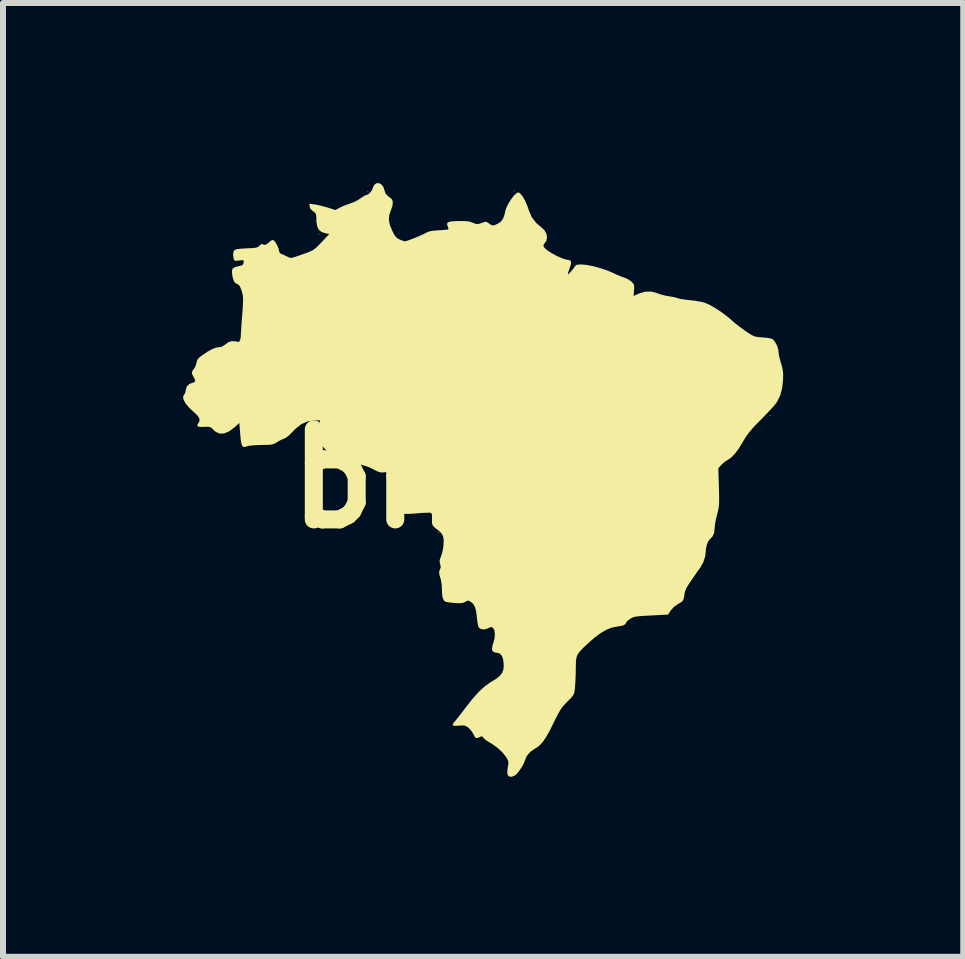
<source format=kicad_pcb>
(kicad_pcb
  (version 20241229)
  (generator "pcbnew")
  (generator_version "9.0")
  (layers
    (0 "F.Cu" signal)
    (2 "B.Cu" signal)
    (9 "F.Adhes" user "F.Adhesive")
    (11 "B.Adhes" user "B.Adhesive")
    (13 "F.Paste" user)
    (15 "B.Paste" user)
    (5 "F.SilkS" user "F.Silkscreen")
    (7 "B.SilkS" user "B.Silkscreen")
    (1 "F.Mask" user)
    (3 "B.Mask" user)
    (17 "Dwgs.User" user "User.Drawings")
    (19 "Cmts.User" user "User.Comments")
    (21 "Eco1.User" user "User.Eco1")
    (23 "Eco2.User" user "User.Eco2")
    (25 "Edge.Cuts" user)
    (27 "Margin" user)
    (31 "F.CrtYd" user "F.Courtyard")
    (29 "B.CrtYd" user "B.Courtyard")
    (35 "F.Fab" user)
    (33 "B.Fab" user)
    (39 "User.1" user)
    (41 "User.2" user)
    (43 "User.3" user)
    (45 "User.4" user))
  (footprint "brazil"
    (layer "F.Cu")
    (at 5 4.926)
    (property "Reference" "brazil" (at 0 0 0) (layer "F.SilkS") (effects (font (size 1.5 1.5) (thickness 0.3))))
    (attr board_only exclude_from_pos_files exclude_from_bom)
    (fp_poly (pts (xy -2.762 -0.956) (xy -2.77 -0.948) (xy -2.779 -0.956) (xy -2.77 -0.964)) (stroke (width 0) (type solid)) (fill yes) (layer "F.SilkS"))
    (fp_poly (pts (xy -2.73 -4.078) (xy -2.738 -4.07) (xy -2.746 -4.078) (xy -2.738 -4.086)) (stroke (width 0) (type solid)) (fill yes) (layer "F.SilkS"))
    (fp_poly (pts (xy -1.912 -4.781) (xy -1.921 -4.773) (xy -1.929 -4.781) (xy -1.921 -4.789)) (stroke (width 0) (type solid)) (fill yes) (layer "F.SilkS"))
    (fp_poly (pts (xy -0.736 0.891) (xy -0.744 0.899) (xy -0.752 0.891) (xy -0.744 0.883)) (stroke (width 0) (type solid)) (fill yes) (layer "F.SilkS"))
    (fp_poly (pts (xy 0.523 -4.797) (xy 0.515 -4.789) (xy 0.507 -4.797) (xy 0.515 -4.805)) (stroke (width 0) (type solid)) (fill yes) (layer "F.SilkS"))
    (fp_poly (pts (xy 4.789 -1.054) (xy 4.781 -1.046) (xy 4.773 -1.054) (xy 4.781 -1.062)) (stroke (width 0) (type solid)) (fill yes) (layer "F.SilkS"))
    (fp_poly (pts (xy -1.701 -4.908) (xy -1.666 -4.869) (xy -1.645 -4.808) (xy -1.645 -4.806) (xy -1.625 -4.749) (xy -1.583 -4.707) (xy -1.581 -4.705) (xy -1.544 -4.677) (xy -1.519 -4.654) (xy -1.516 -4.651) (xy -1.505 -4.608) (xy -1.512 -4.547) (xy -1.537 -4.473) (xy -1.538 -4.471) (xy -1.565 -4.39) (xy -1.571 -4.312) (xy -1.555 -4.23) (xy -1.518 -4.139) (xy -1.487 -4.075) (xy -1.459 -4.034) (xy -1.43 -4.007) (xy -1.396 -3.988) (xy -1.35 -3.968) (xy -1.312 -3.957) (xy -1.303 -3.955) (xy -1.274 -3.962) (xy -1.225 -3.979) (xy -1.161 -4.003) (xy -1.093 -4.031) (xy -1.027 -4.06) (xy -0.971 -4.086) (xy -0.94 -4.103) (xy -0.898 -4.12) (xy -0.836 -4.132) (xy -0.748 -4.139) (xy -0.74 -4.139) (xy -0.673 -4.143) (xy -0.619 -4.148) (xy -0.586 -4.152) (xy -0.58 -4.155) (xy -0.579 -4.174) (xy -0.591 -4.207) (xy -0.601 -4.24) (xy -0.596 -4.264) (xy -0.57 -4.279) (xy -0.52 -4.288) (xy -0.443 -4.292) (xy -0.407 -4.293) (xy -0.321 -4.293) (xy -0.258 -4.289) (xy -0.21 -4.279) (xy -0.172 -4.265) (xy -0.128 -4.247) (xy -0.095 -4.242) (xy -0.058 -4.25) (xy -0.027 -4.261) (xy 0.019 -4.277) (xy 0.048 -4.28) (xy 0.073 -4.27) (xy 0.097 -4.253) (xy 0.134 -4.228) (xy 0.164 -4.219) (xy 0.198 -4.228) (xy 0.247 -4.251) (xy 0.298 -4.286) (xy 0.333 -4.336) (xy 0.358 -4.407) (xy 0.367 -4.454) (xy 0.386 -4.512) (xy 0.42 -4.582) (xy 0.463 -4.652) (xy 0.508 -4.712) (xy 0.543 -4.746) (xy 0.574 -4.767) (xy 0.594 -4.769) (xy 0.618 -4.751) (xy 0.622 -4.747) (xy 0.661 -4.699) (xy 0.701 -4.627) (xy 0.738 -4.54) (xy 0.76 -4.473) (xy 0.809 -4.359) (xy 0.884 -4.261) (xy 0.962 -4.195) (xy 1.02 -4.142) (xy 1.055 -4.08) (xy 1.065 -4.016) (xy 1.048 -3.956) (xy 1.028 -3.929) (xy 1.006 -3.898) (xy 1.007 -3.869) (xy 1.011 -3.861) (xy 1.041 -3.828) (xy 1.093 -3.789) (xy 1.16 -3.748) (xy 1.235 -3.708) (xy 1.308 -3.675) (xy 1.373 -3.653) (xy 1.418 -3.645) (xy 1.452 -3.636) (xy 1.465 -3.608) (xy 1.459 -3.559) (xy 1.44 -3.503) (xy 1.422 -3.453) (xy 1.412 -3.418) (xy 1.411 -3.405) (xy 1.424 -3.412) (xy 1.45 -3.438) (xy 1.481 -3.474) (xy 1.511 -3.512) (xy 1.53 -3.54) (xy 1.547 -3.558) (xy 1.576 -3.567) (xy 1.627 -3.57) (xy 1.644 -3.57) (xy 1.726 -3.561) (xy 1.827 -3.542) (xy 1.936 -3.513) (xy 2.044 -3.478) (xy 2.14 -3.44) (xy 2.173 -3.424) (xy 2.238 -3.394) (xy 2.302 -3.368) (xy 2.349 -3.352) (xy 2.406 -3.328) (xy 2.46 -3.292) (xy 2.469 -3.285) (xy 2.498 -3.255) (xy 2.513 -3.228) (xy 2.517 -3.191) (xy 2.514 -3.14) (xy 2.507 -3.045) (xy 2.59 -3.083) (xy 2.696 -3.116) (xy 2.804 -3.118) (xy 2.907 -3.089) (xy 2.909 -3.088) (xy 2.967 -3.067) (xy 3.038 -3.05) (xy 3.089 -3.041) (xy 3.153 -3.03) (xy 3.212 -3.018) (xy 3.244 -3.007) (xy 3.283 -2.997) (xy 3.343 -2.987) (xy 3.415 -2.978) (xy 3.441 -2.975) (xy 3.521 -2.966) (xy 3.603 -2.953) (xy 3.671 -2.938) (xy 3.683 -2.935) (xy 3.752 -2.907) (xy 3.837 -2.861) (xy 3.931 -2.802) (xy 4.025 -2.735) (xy 4.113 -2.665) (xy 4.151 -2.631) (xy 4.207 -2.583) (xy 4.278 -2.528) (xy 4.352 -2.474) (xy 4.378 -2.455) (xy 4.442 -2.413) (xy 4.488 -2.386) (xy 4.528 -2.37) (xy 4.572 -2.361) (xy 4.629 -2.356) (xy 4.658 -2.354) (xy 4.738 -2.347) (xy 4.797 -2.335) (xy 4.829 -2.322) (xy 4.865 -2.277) (xy 4.897 -2.215) (xy 4.917 -2.151) (xy 4.92 -2.12) (xy 4.925 -2.079) (xy 4.937 -2.018) (xy 4.956 -1.949) (xy 4.962 -1.927) (xy 4.984 -1.851) (xy 4.995 -1.788) (xy 4.999 -1.723) (xy 4.996 -1.643) (xy 4.981 -1.505) (xy 4.95 -1.389) (xy 4.902 -1.29) (xy 4.885 -1.263) (xy 4.857 -1.229) (xy 4.812 -1.177) (xy 4.752 -1.113) (xy 4.684 -1.042) (xy 4.629 -0.985) (xy 4.544 -0.899) (xy 4.478 -0.828) (xy 4.426 -0.765) (xy 4.383 -0.706) (xy 4.343 -0.642) (xy 4.332 -0.622) (xy 4.262 -0.507) (xy 4.198 -0.42) (xy 4.138 -0.357) (xy 4.078 -0.315) (xy 4.069 -0.31) (xy 4.017 -0.276) (xy 3.969 -0.232) (xy 3.963 -0.225) (xy 3.918 -0.172) (xy 3.928 0.141) (xy 3.931 0.251) (xy 3.932 0.336) (xy 3.931 0.4) (xy 3.928 0.452) (xy 3.922 0.497) (xy 3.912 0.542) (xy 3.899 0.593) (xy 3.897 0.599) (xy 3.879 0.674) (xy 3.865 0.748) (xy 3.858 0.808) (xy 3.857 0.822) (xy 3.848 0.906) (xy 3.819 0.966) (xy 3.792 0.992) (xy 3.755 1.034) (xy 3.727 1.097) (xy 3.712 1.17) (xy 3.71 1.199) (xy 3.699 1.296) (xy 3.667 1.394) (xy 3.62 1.477) (xy 3.615 1.485) (xy 3.577 1.536) (xy 3.538 1.592) (xy 3.531 1.603) (xy 3.498 1.651) (xy 3.457 1.711) (xy 3.428 1.753) (xy 3.39 1.816) (xy 3.364 1.877) (xy 3.357 1.905) (xy 3.347 1.972) (xy 3.336 2.015) (xy 3.318 2.043) (xy 3.288 2.065) (xy 3.254 2.083) (xy 3.175 2.139) (xy 3.127 2.194) (xy 3.08 2.264) (xy 2.852 2.276) (xy 2.738 2.282) (xy 2.651 2.287) (xy 2.587 2.292) (xy 2.541 2.298) (xy 2.508 2.306) (xy 2.483 2.315) (xy 2.461 2.328) (xy 2.445 2.338) (xy 2.409 2.365) (xy 2.389 2.384) (xy 2.386 2.387) (xy 2.371 2.422) (xy 2.326 2.447) (xy 2.255 2.46) (xy 2.248 2.461) (xy 2.152 2.478) (xy 2.055 2.515) (xy 1.953 2.575) (xy 1.843 2.658) (xy 1.72 2.768) (xy 1.719 2.769) (xy 1.651 2.834) (xy 1.604 2.885) (xy 1.573 2.93) (xy 1.555 2.977) (xy 1.547 3.034) (xy 1.544 3.109) (xy 1.543 3.171) (xy 1.542 3.263) (xy 1.538 3.356) (xy 1.533 3.438) (xy 1.529 3.49) (xy 1.522 3.543) (xy 1.513 3.582) (xy 1.496 3.614) (xy 1.468 3.649) (xy 1.423 3.694) (xy 1.403 3.714) (xy 1.36 3.758) (xy 1.324 3.799) (xy 1.292 3.844) (xy 1.26 3.898) (xy 1.223 3.968) (xy 1.177 4.06) (xy 1.169 4.077) (xy 1.106 4.204) (xy 1.049 4.303) (xy 0.998 4.38) (xy 0.948 4.436) (xy 0.898 4.477) (xy 0.867 4.494) (xy 0.783 4.552) (xy 0.725 4.623) (xy 0.701 4.681) (xy 0.678 4.741) (xy 0.641 4.808) (xy 0.598 4.872) (xy 0.555 4.923) (xy 0.531 4.943) (xy 0.479 4.966) (xy 0.436 4.963) (xy 0.41 4.938) (xy 0.402 4.897) (xy 0.407 4.829) (xy 0.411 4.808) (xy 0.42 4.752) (xy 0.419 4.714) (xy 0.408 4.681) (xy 0.382 4.637) (xy 0.375 4.627) (xy 0.318 4.556) (xy 0.239 4.484) (xy 0.149 4.419) (xy 0.085 4.382) (xy 0.041 4.353) (xy 0.008 4.322) (xy 0.003 4.315) (xy -0.02 4.291) (xy -0.038 4.295) (xy -0.069 4.311) (xy -0.094 4.319) (xy -0.119 4.32) (xy -0.138 4.303) (xy -0.16 4.262) (xy -0.161 4.259) (xy -0.194 4.205) (xy -0.236 4.157) (xy -0.247 4.147) (xy -0.282 4.124) (xy -0.314 4.112) (xy -0.357 4.111) (xy -0.405 4.114) (xy -0.461 4.118) (xy -0.493 4.116) (xy -0.505 4.107) (xy -0.507 4.099) (xy -0.495 4.068) (xy -0.481 4.052) (xy -0.462 4.032) (xy -0.429 3.991) (xy -0.383 3.933) (xy -0.33 3.864) (xy -0.295 3.816) (xy -0.18 3.671) (xy -0.075 3.553) (xy 0.024 3.462) (xy 0.118 3.394) (xy 0.131 3.387) (xy 0.218 3.333) (xy 0.278 3.284) (xy 0.317 3.234) (xy 0.337 3.179) (xy 0.343 3.112) (xy 0.343 3.106) (xy 0.335 3.019) (xy 0.313 2.953) (xy 0.278 2.913) (xy 0.237 2.901) (xy 0.185 2.893) (xy 0.155 2.87) (xy 0.147 2.829) (xy 0.16 2.765) (xy 0.172 2.73) (xy 0.19 2.658) (xy 0.195 2.588) (xy 0.189 2.53) (xy 0.17 2.494) (xy 0.151 2.476) (xy 0.135 2.47) (xy 0.111 2.478) (xy 0.076 2.495) (xy 0.016 2.512) (xy -0.036 2.506) (xy -0.072 2.478) (xy -0.08 2.464) (xy -0.088 2.43) (xy -0.097 2.375) (xy -0.105 2.309) (xy -0.106 2.296) (xy -0.118 2.204) (xy -0.136 2.138) (xy -0.162 2.091) (xy -0.2 2.056) (xy -0.206 2.052) (xy -0.238 2.033) (xy -0.263 2.033) (xy -0.297 2.05) (xy -0.299 2.052) (xy -0.332 2.067) (xy -0.371 2.074) (xy -0.426 2.074) (xy -0.473 2.071) (xy -0.537 2.065) (xy -0.591 2.057) (xy -0.625 2.051) (xy -0.627 2.05) (xy -0.656 2.027) (xy -0.675 1.982) (xy -0.685 1.912) (xy -0.687 1.842) (xy -0.691 1.772) (xy -0.7 1.705) (xy -0.711 1.659) (xy -0.731 1.595) (xy -0.733 1.549) (xy -0.719 1.51) (xy -0.717 1.506) (xy -0.706 1.472) (xy -0.715 1.428) (xy -0.717 1.422) (xy -0.726 1.384) (xy -0.722 1.346) (xy -0.703 1.296) (xy -0.702 1.293) (xy -0.682 1.232) (xy -0.666 1.154) (xy -0.66 1.095) (xy -0.658 1.014) (xy -0.669 0.955) (xy -0.698 0.906) (xy -0.748 0.859) (xy -0.781 0.834) (xy -0.82 0.803) (xy -0.843 0.772) (xy -0.853 0.733) (xy -0.853 0.675) (xy -0.852 0.644) (xy -0.854 0.591) (xy -0.87 0.568) (xy -0.894 0.566) (xy -0.944 0.567) (xy -1.012 0.57) (xy -1.091 0.576) (xy -1.1 0.577) (xy -1.179 0.583) (xy -1.246 0.586) (xy -1.294 0.586) (xy -1.317 0.584) (xy -1.318 0.584) (xy -1.325 0.562) (xy -1.333 0.52) (xy -1.337 0.487) (xy -1.348 0.422) (xy -1.371 0.379) (xy -1.386 0.363) (xy -1.411 0.334) (xy -1.42 0.303) (xy -1.417 0.255) (xy -1.416 0.252) (xy -1.412 0.194) (xy -1.413 0.123) (xy -1.417 0.08) (xy -1.424 0.023) (xy -1.436 -0.014) (xy -1.459 -0.041) (xy -1.494 -0.069) (xy -1.539 -0.098) (xy -1.576 -0.11) (xy -1.623 -0.109) (xy -1.64 -0.107) (xy -1.687 -0.103) (xy -1.726 -0.109) (xy -1.77 -0.126) (xy -1.82 -0.152) (xy -1.882 -0.183) (xy -1.943 -0.207) (xy -1.986 -0.219) (xy -2.036 -0.236) (xy -2.074 -0.261) (xy -2.078 -0.266) (xy -2.095 -0.283) (xy -2.121 -0.294) (xy -2.161 -0.301) (xy -2.224 -0.306) (xy -2.258 -0.308) (xy -2.337 -0.313) (xy -2.393 -0.321) (xy -2.436 -0.334) (xy -2.473 -0.354) (xy -2.534 -0.398) (xy -2.593 -0.449) (xy -2.644 -0.502) (xy -2.681 -0.549) (xy -2.698 -0.585) (xy -2.698 -0.589) (xy -2.701 -0.634) (xy -2.706 -0.686) (xy -2.706 -0.686) (xy -2.711 -0.733) (xy -2.715 -0.797) (xy -2.718 -0.858) (xy -2.722 -0.973) (xy -2.813 -0.971) (xy -2.926 -0.954) (xy -3.031 -0.908) (xy -3.129 -0.83) (xy -3.17 -0.787) (xy -3.233 -0.724) (xy -3.289 -0.681) (xy -3.317 -0.668) (xy -3.368 -0.646) (xy -3.425 -0.616) (xy -3.439 -0.606) (xy -3.47 -0.588) (xy -3.499 -0.576) (xy -3.536 -0.568) (xy -3.587 -0.564) (xy -3.661 -0.563) (xy -3.693 -0.562) (xy -3.773 -0.56) (xy -3.845 -0.555) (xy -3.9 -0.549) (xy -3.927 -0.542) (xy -3.965 -0.53) (xy -3.993 -0.53) (xy -4.014 -0.547) (xy -4.028 -0.585) (xy -4.039 -0.646) (xy -4.047 -0.736) (xy -4.05 -0.771) (xy -4.062 -0.929) (xy -4.15 -0.85) (xy -4.236 -0.787) (xy -4.317 -0.754) (xy -4.39 -0.752) (xy -4.456 -0.781) (xy -4.489 -0.81) (xy -4.52 -0.842) (xy -4.545 -0.859) (xy -4.578 -0.865) (xy -4.629 -0.865) (xy -4.649 -0.864) (xy -4.716 -0.863) (xy -4.753 -0.871) (xy -4.764 -0.888) (xy -4.75 -0.918) (xy -4.746 -0.923) (xy -4.726 -0.964) (xy -4.728 -1.004) (xy -4.756 -1.048) (xy -4.81 -1.101) (xy -4.816 -1.106) (xy -4.899 -1.184) (xy -4.958 -1.255) (xy -4.992 -1.316) (xy -5 -1.366) (xy -4.98 -1.403) (xy -4.98 -1.404) (xy -4.963 -1.432) (xy -4.956 -1.473) (xy -4.94 -1.534) (xy -4.898 -1.577) (xy -4.853 -1.594) (xy -4.811 -1.608) (xy -4.797 -1.629) (xy -4.809 -1.665) (xy -4.821 -1.687) (xy -4.848 -1.74) (xy -4.851 -1.78) (xy -4.83 -1.817) (xy -4.82 -1.829) (xy -4.795 -1.87) (xy -4.778 -1.922) (xy -4.777 -1.93) (xy -4.767 -1.972) (xy -4.744 -2.006) (xy -4.702 -2.042) (xy -4.693 -2.048) (xy -4.594 -2.116) (xy -4.513 -2.16) (xy -4.449 -2.185) (xy -4.408 -2.19) (xy -4.353 -2.2) (xy -4.299 -2.234) (xy -4.291 -2.241) (xy -4.242 -2.276) (xy -4.195 -2.29) (xy -4.166 -2.291) (xy -4.122 -2.289) (xy -4.094 -2.283) (xy -4.09 -2.281) (xy -4.071 -2.278) (xy -4.054 -2.3) (xy -4.041 -2.342) (xy -4.037 -2.392) (xy -4.035 -2.439) (xy -4.031 -2.509) (xy -4.025 -2.596) (xy -4.017 -2.69) (xy -4.014 -2.73) (xy -4.007 -2.824) (xy -4.002 -2.911) (xy -4 -2.983) (xy -4.002 -3.035) (xy -4.003 -3.049) (xy -4.027 -3.144) (xy -4.055 -3.208) (xy -4.088 -3.241) (xy -4.097 -3.244) (xy -4.128 -3.258) (xy -4.151 -3.288) (xy -4.169 -3.339) (xy -4.181 -3.396) (xy -4.187 -3.456) (xy -4.176 -3.496) (xy -4.144 -3.521) (xy -4.084 -3.539) (xy -4.07 -3.542) (xy -4.024 -3.553) (xy -4.001 -3.569) (xy -3.992 -3.596) (xy -3.991 -3.601) (xy -3.989 -3.628) (xy -3.998 -3.64) (xy -4.024 -3.641) (xy -4.066 -3.636) (xy -4.115 -3.631) (xy -4.14 -3.634) (xy -4.152 -3.649) (xy -4.157 -3.664) (xy -4.167 -3.732) (xy -4.158 -3.786) (xy -4.141 -3.81) (xy -4.108 -3.823) (xy -4.042 -3.832) (xy -3.945 -3.838) (xy -3.938 -3.839) (xy -3.859 -3.842) (xy -3.805 -3.846) (xy -3.769 -3.854) (xy -3.746 -3.865) (xy -3.727 -3.882) (xy -3.726 -3.883) (xy -3.697 -3.908) (xy -3.672 -3.908) (xy -3.661 -3.902) (xy -3.638 -3.895) (xy -3.612 -3.905) (xy -3.573 -3.935) (xy -3.571 -3.937) (xy -3.533 -3.968) (xy -3.507 -3.978) (xy -3.488 -3.97) (xy -3.487 -3.97) (xy -3.459 -3.936) (xy -3.43 -3.885) (xy -3.408 -3.833) (xy -3.4 -3.792) (xy -3.388 -3.761) (xy -3.371 -3.749) (xy -3.338 -3.736) (xy -3.294 -3.714) (xy -3.283 -3.709) (xy -3.24 -3.689) (xy -3.206 -3.678) (xy -3.201 -3.678) (xy -3.177 -3.683) (xy -3.129 -3.697) (xy -3.065 -3.719) (xy -2.998 -3.742) (xy -2.921 -3.77) (xy -2.865 -3.794) (xy -2.822 -3.818) (xy -2.783 -3.849) (xy -2.738 -3.893) (xy -2.691 -3.942) (xy -2.563 -4.078) (xy -2.618 -4.087) (xy -2.687 -4.108) (xy -2.735 -4.144) (xy -2.764 -4.201) (xy -2.778 -4.282) (xy -2.779 -4.33) (xy -2.781 -4.383) (xy -2.789 -4.416) (xy -2.808 -4.438) (xy -2.832 -4.454) (xy -2.877 -4.496) (xy -2.89 -4.534) (xy -2.896 -4.581) (xy -2.809 -4.57) (xy -2.749 -4.559) (xy -2.675 -4.541) (xy -2.599 -4.52) (xy -2.591 -4.518) (xy -2.461 -4.477) (xy -2.387 -4.517) (xy -2.327 -4.545) (xy -2.256 -4.572) (xy -2.218 -4.584) (xy -2.15 -4.61) (xy -2.081 -4.646) (xy -2.049 -4.667) (xy -2.005 -4.698) (xy -1.969 -4.719) (xy -1.954 -4.724) (xy -1.917 -4.737) (xy -1.879 -4.77) (xy -1.85 -4.812) (xy -1.842 -4.836) (xy -1.819 -4.89) (xy -1.784 -4.92) (xy -1.742 -4.926)) (stroke (width 0) (type solid)) (fill yes) (layer "F.SilkS")))
  (gr_rect
    (start -3 -3)
    (end 12.999 12.892)
    (stroke (width 0.1) (type default))
    (fill no)
    (layer "Edge.Cuts")))
</source>
